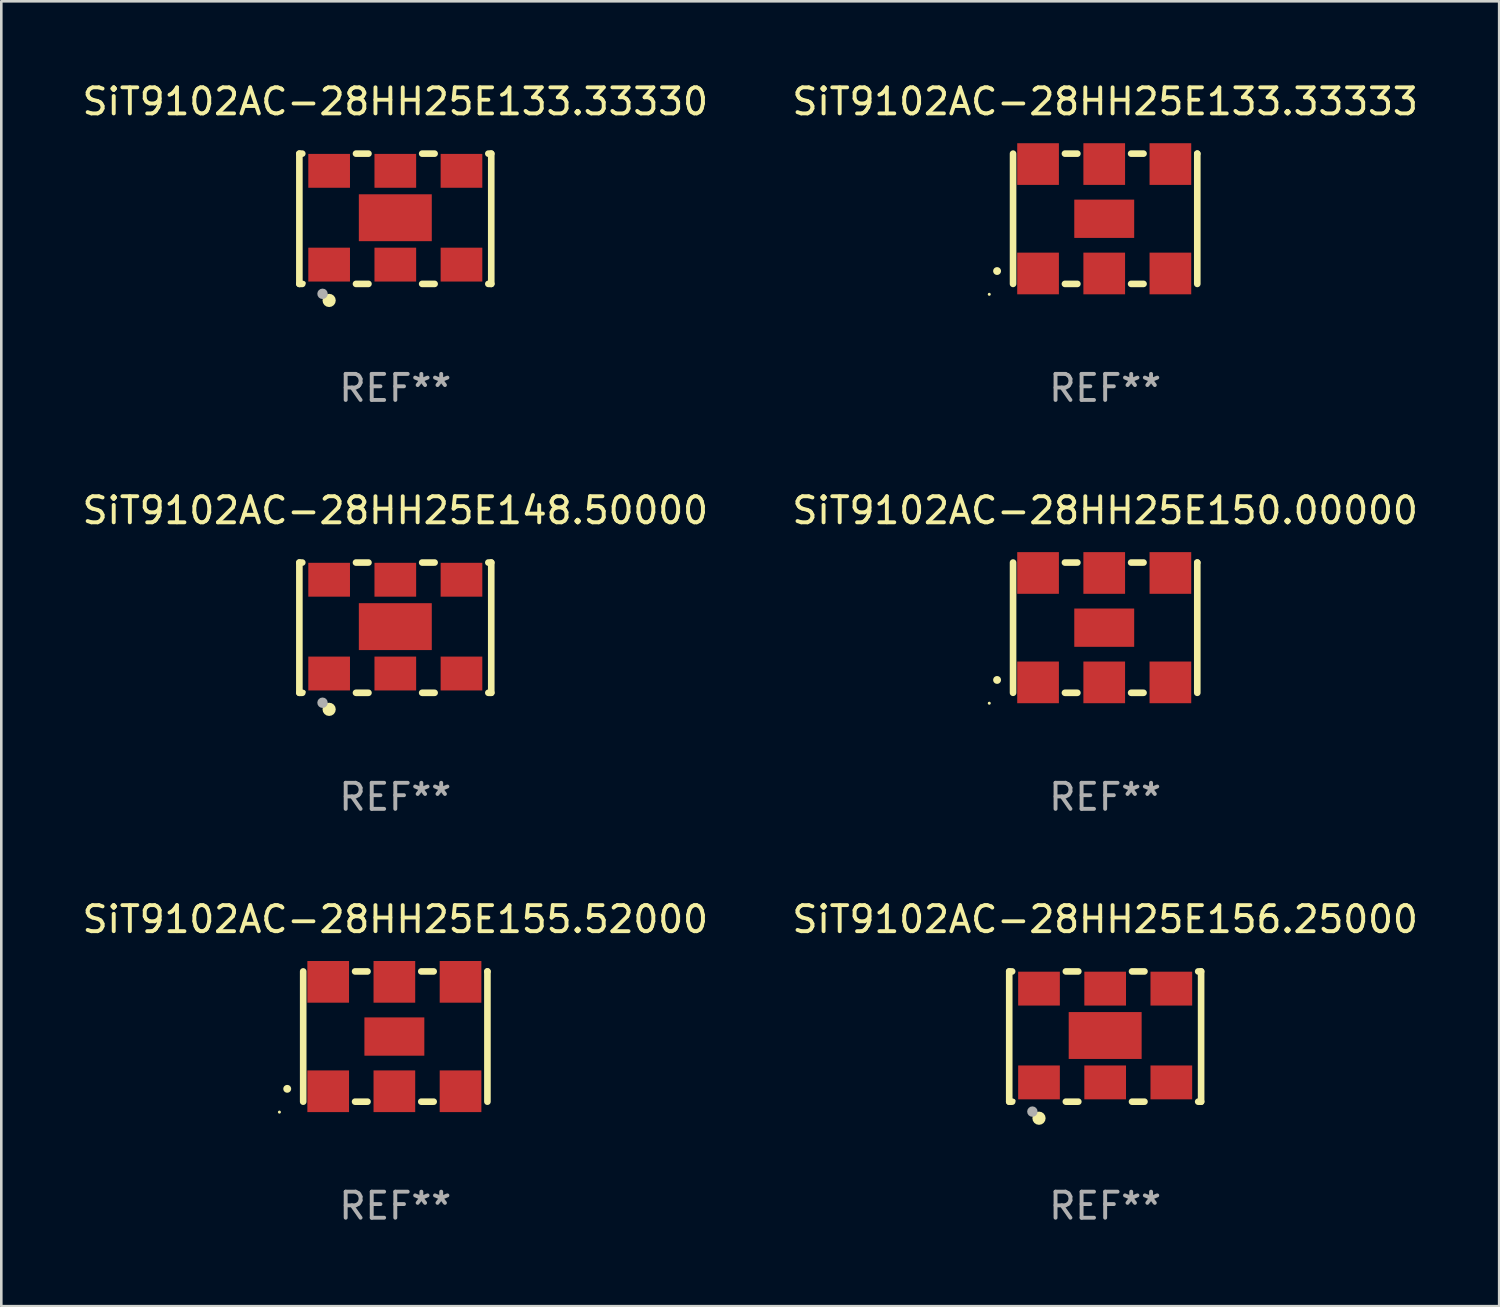
<source format=kicad_pcb>
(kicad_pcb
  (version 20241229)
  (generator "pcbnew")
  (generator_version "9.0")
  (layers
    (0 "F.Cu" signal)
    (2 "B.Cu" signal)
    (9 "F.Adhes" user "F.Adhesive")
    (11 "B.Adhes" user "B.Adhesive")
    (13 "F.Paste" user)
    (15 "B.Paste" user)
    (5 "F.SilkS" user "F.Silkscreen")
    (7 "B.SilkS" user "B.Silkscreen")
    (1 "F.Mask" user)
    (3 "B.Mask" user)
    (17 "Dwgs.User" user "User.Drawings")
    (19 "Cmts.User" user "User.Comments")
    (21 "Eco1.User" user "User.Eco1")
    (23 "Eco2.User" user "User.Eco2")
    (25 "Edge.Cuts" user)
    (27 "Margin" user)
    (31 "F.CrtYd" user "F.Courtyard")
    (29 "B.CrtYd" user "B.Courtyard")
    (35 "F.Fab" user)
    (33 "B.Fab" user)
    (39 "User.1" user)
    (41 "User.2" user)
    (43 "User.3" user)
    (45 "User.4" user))
  (footprint "SiT9102AC-28HH25E156.25000"
    (layer "F.Cu")
    (at 39.375 36.741)
    (property "Reference" "SiT9102AC-28HH25E156.25000" (at 0 -4.5 0) (layer "F.SilkS") (effects (font (size 1 1) (thickness 0.15))))
    (attr through_hole)
    (fp_line (start -3.683 -2.5) (end -3.571 -2.5) (stroke (width 0.254) (type solid)) (layer "F.SilkS"))
    (fp_line (start -3.683 2.5) (end -3.683 -2.5) (stroke (width 0.254) (type solid)) (layer "F.SilkS"))
    (fp_line (start -3.683 2.5) (end -3.571 2.5) (stroke (width 0.254) (type solid)) (layer "F.SilkS"))
    (fp_line (start -1.509 -2.5) (end -1.031 -2.5) (stroke (width 0.254) (type solid)) (layer "F.SilkS"))
    (fp_line (start -1.509 2.5) (end -1.031 2.5) (stroke (width 0.254) (type solid)) (layer "F.SilkS"))
    (fp_line (start 1.031 -2.5) (end 1.509 -2.5) (stroke (width 0.254) (type solid)) (layer "F.SilkS"))
    (fp_line (start 1.031 2.5) (end 1.509 2.5) (stroke (width 0.254) (type solid)) (layer "F.SilkS"))
    (fp_line (start 3.571 -2.5) (end 3.683 -2.5) (stroke (width 0.254) (type solid)) (layer "F.SilkS"))
    (fp_line (start 3.571 2.5) (end 3.683 2.5) (stroke (width 0.254) (type solid)) (layer "F.SilkS"))
    (fp_line (start 3.683 2.5) (end 3.683 -2.5) (stroke (width 0.254) (type solid)) (layer "F.SilkS"))
    (fp_circle (center -3.5 2.46) (end -3.47 2.46) (stroke (width 0.06) (type solid)) (fill no) (layer "F.SilkS"))
    (fp_circle (center -2.54 3.135) (end -2.413 3.135) (stroke (width 0.254) (type solid)) (fill no) (layer "F.SilkS"))
    (fp_circle (center -2.794 2.881) (end -2.694 2.881) (stroke (width 0.2) (type solid)) (fill no) (layer "F.Fab"))
    (fp_text user "REF**" (at 0 6.5 0) (layer "F.Fab") (effects (font (size 1 1) (thickness 0.15))))
    (pad "1" smd rect (at -2.54 1.76) (size 1.6 1.3) (layers "F.Cu" "F.Mask" "F.Paste"))
    (pad "2" smd rect (at 0 1.76) (size 1.6 1.3) (layers "F.Cu" "F.Mask" "F.Paste"))
    (pad "3" smd rect (at 2.54 1.76) (size 1.6 1.3) (layers "F.Cu" "F.Mask" "F.Paste"))
    (pad "4" smd rect (at 2.54 -1.84) (size 1.6 1.3) (layers "F.Cu" "F.Mask" "F.Paste"))
    (pad "5" smd rect (at 0 -1.84) (size 1.6 1.3) (layers "F.Cu" "F.Mask" "F.Paste"))
    (pad "6" smd rect (at -2.54 -1.84) (size 1.6 1.3) (layers "F.Cu" "F.Mask" "F.Paste"))
    (pad "7" smd rect (at 0 -0.04) (size 2.8 1.8) (layers "F.Cu" "F.Mask" "F.Paste")))
  (footprint "SiT9102AC-28HH25E133.33333"
    (layer "F.Cu")
    (at 39.375 5.348)
    (property "Reference" "SiT9102AC-28HH25E133.33333" (at 0 -4.5 0) (layer "F.SilkS") (effects (font (size 1 1) (thickness 0.15))))
    (attr through_hole)
    (fp_line (start -3.536 -2.5) (end -3.536 2.5) (stroke (width 0.254) (type solid)) (layer "F.SilkS"))
    (fp_line (start -1.544 2.5) (end -1.067 2.5) (stroke (width 0.254) (type solid)) (layer "F.SilkS"))
    (fp_line (start -1.067 -2.5) (end -1.544 -2.5) (stroke (width 0.254) (type solid)) (layer "F.SilkS"))
    (fp_line (start 0.996 2.5) (end 1.473 2.5) (stroke (width 0.254) (type solid)) (layer "F.SilkS"))
    (fp_line (start 1.473 -2.5) (end 0.996 -2.5) (stroke (width 0.254) (type solid)) (layer "F.SilkS"))
    (fp_line (start 3.536 -2.5) (end 3.536 -2.5) (stroke (width 0.254) (type solid)) (layer "F.SilkS"))
    (fp_line (start 3.536 2.5) (end 3.536 -2.5) (stroke (width 0.254) (type solid)) (layer "F.SilkS"))
    (fp_arc (start -4.150432 2.006604) (mid -4.149162 2.006599) (end -4.147892 2.006604) (stroke (width 0.3) (type solid)) (layer "F.SilkS"))
    (fp_circle (center -4.449 2.9) (end -4.419 2.9) (stroke (width 0.06) (type solid)) (fill no) (layer "F.SilkS"))
    (fp_text user "REF**" (at 0 6.5 0) (layer "F.Fab") (effects (font (size 1 1) (thickness 0.15))))
    (pad "1" smd rect (at -2.576 2.1) (size 1.6 1.6) (layers "F.Cu" "F.Mask" "F.Paste"))
    (pad "2" smd rect (at -0.036 2.1) (size 1.6 1.6) (layers "F.Cu" "F.Mask" "F.Paste"))
    (pad "3" smd rect (at 2.504 2.1) (size 1.6 1.6) (layers "F.Cu" "F.Mask" "F.Paste"))
    (pad "4" smd rect (at 2.504 -2.1) (size 1.6 1.6) (layers "F.Cu" "F.Mask" "F.Paste"))
    (pad "5" smd rect (at -0.036 -2.1) (size 1.6 1.6) (layers "F.Cu" "F.Mask" "F.Paste"))
    (pad "6" smd rect (at -2.576 -2.1) (size 1.6 1.6) (layers "F.Cu" "F.Mask" "F.Paste"))
    (pad "7" smd rect (at -0.036 0) (size 2.3 1.47) (layers "F.Cu" "F.Mask" "F.Paste")))
  (footprint "SiT9102AC-28HH25E150.00000"
    (layer "F.Cu")
    (at 39.375 21.045)
    (property "Reference" "SiT9102AC-28HH25E150.00000" (at 0 -4.5 0) (layer "F.SilkS") (effects (font (size 1 1) (thickness 0.15))))
    (attr through_hole)
    (fp_line (start -3.536 -2.5) (end -3.536 2.5) (stroke (width 0.254) (type solid)) (layer "F.SilkS"))
    (fp_line (start -1.544 2.5) (end -1.067 2.5) (stroke (width 0.254) (type solid)) (layer "F.SilkS"))
    (fp_line (start -1.067 -2.5) (end -1.544 -2.5) (stroke (width 0.254) (type solid)) (layer "F.SilkS"))
    (fp_line (start 0.996 2.5) (end 1.473 2.5) (stroke (width 0.254) (type solid)) (layer "F.SilkS"))
    (fp_line (start 1.473 -2.5) (end 0.996 -2.5) (stroke (width 0.254) (type solid)) (layer "F.SilkS"))
    (fp_line (start 3.536 -2.5) (end 3.536 -2.5) (stroke (width 0.254) (type solid)) (layer "F.SilkS"))
    (fp_line (start 3.536 2.5) (end 3.536 -2.5) (stroke (width 0.254) (type solid)) (layer "F.SilkS"))
    (fp_arc (start -4.150432 2.006604) (mid -4.149162 2.006599) (end -4.147892 2.006604) (stroke (width 0.3) (type solid)) (layer "F.SilkS"))
    (fp_circle (center -4.449 2.9) (end -4.419 2.9) (stroke (width 0.06) (type solid)) (fill no) (layer "F.SilkS"))
    (fp_text user "REF**" (at 0 6.5 0) (layer "F.Fab") (effects (font (size 1 1) (thickness 0.15))))
    (pad "1" smd rect (at -2.576 2.1) (size 1.6 1.6) (layers "F.Cu" "F.Mask" "F.Paste"))
    (pad "2" smd rect (at -0.036 2.1) (size 1.6 1.6) (layers "F.Cu" "F.Mask" "F.Paste"))
    (pad "3" smd rect (at 2.504 2.1) (size 1.6 1.6) (layers "F.Cu" "F.Mask" "F.Paste"))
    (pad "4" smd rect (at 2.504 -2.1) (size 1.6 1.6) (layers "F.Cu" "F.Mask" "F.Paste"))
    (pad "5" smd rect (at -0.036 -2.1) (size 1.6 1.6) (layers "F.Cu" "F.Mask" "F.Paste"))
    (pad "6" smd rect (at -2.576 -2.1) (size 1.6 1.6) (layers "F.Cu" "F.Mask" "F.Paste"))
    (pad "7" smd rect (at -0.036 0) (size 2.3 1.47) (layers "F.Cu" "F.Mask" "F.Paste")))
  (footprint "SiT9102AC-28HH25E155.52000"
    (layer "F.Cu")
    (at 12.125 36.741)
    (property "Reference" "SiT9102AC-28HH25E155.52000" (at 0 -4.5 0) (layer "F.SilkS") (effects (font (size 1 1) (thickness 0.15))))
    (attr through_hole)
    (fp_line (start -3.536 -2.5) (end -3.536 2.5) (stroke (width 0.254) (type solid)) (layer "F.SilkS"))
    (fp_line (start -1.544 2.5) (end -1.067 2.5) (stroke (width 0.254) (type solid)) (layer "F.SilkS"))
    (fp_line (start -1.067 -2.5) (end -1.544 -2.5) (stroke (width 0.254) (type solid)) (layer "F.SilkS"))
    (fp_line (start 0.996 2.5) (end 1.473 2.5) (stroke (width 0.254) (type solid)) (layer "F.SilkS"))
    (fp_line (start 1.473 -2.5) (end 0.996 -2.5) (stroke (width 0.254) (type solid)) (layer "F.SilkS"))
    (fp_line (start 3.536 -2.5) (end 3.536 -2.5) (stroke (width 0.254) (type solid)) (layer "F.SilkS"))
    (fp_line (start 3.536 2.5) (end 3.536 -2.5) (stroke (width 0.254) (type solid)) (layer "F.SilkS"))
    (fp_arc (start -4.150432 2.006604) (mid -4.149162 2.006599) (end -4.147892 2.006604) (stroke (width 0.3) (type solid)) (layer "F.SilkS"))
    (fp_circle (center -4.449 2.9) (end -4.419 2.9) (stroke (width 0.06) (type solid)) (fill no) (layer "F.SilkS"))
    (fp_text user "REF**" (at 0 6.5 0) (layer "F.Fab") (effects (font (size 1 1) (thickness 0.15))))
    (pad "1" smd rect (at -2.576 2.1) (size 1.6 1.6) (layers "F.Cu" "F.Mask" "F.Paste"))
    (pad "2" smd rect (at -0.036 2.1) (size 1.6 1.6) (layers "F.Cu" "F.Mask" "F.Paste"))
    (pad "3" smd rect (at 2.504 2.1) (size 1.6 1.6) (layers "F.Cu" "F.Mask" "F.Paste"))
    (pad "4" smd rect (at 2.504 -2.1) (size 1.6 1.6) (layers "F.Cu" "F.Mask" "F.Paste"))
    (pad "5" smd rect (at -0.036 -2.1) (size 1.6 1.6) (layers "F.Cu" "F.Mask" "F.Paste"))
    (pad "6" smd rect (at -2.576 -2.1) (size 1.6 1.6) (layers "F.Cu" "F.Mask" "F.Paste"))
    (pad "7" smd rect (at -0.036 0) (size 2.3 1.47) (layers "F.Cu" "F.Mask" "F.Paste")))
  (footprint "SiT9102AC-28HH25E148.50000"
    (layer "F.Cu")
    (at 12.125 21.045)
    (property "Reference" "SiT9102AC-28HH25E148.50000" (at 0 -4.5 0) (layer "F.SilkS") (effects (font (size 1 1) (thickness 0.15))))
    (attr through_hole)
    (fp_line (start -3.683 -2.5) (end -3.571 -2.5) (stroke (width 0.254) (type solid)) (layer "F.SilkS"))
    (fp_line (start -3.683 2.5) (end -3.683 -2.5) (stroke (width 0.254) (type solid)) (layer "F.SilkS"))
    (fp_line (start -3.683 2.5) (end -3.571 2.5) (stroke (width 0.254) (type solid)) (layer "F.SilkS"))
    (fp_line (start -1.509 -2.5) (end -1.031 -2.5) (stroke (width 0.254) (type solid)) (layer "F.SilkS"))
    (fp_line (start -1.509 2.5) (end -1.031 2.5) (stroke (width 0.254) (type solid)) (layer "F.SilkS"))
    (fp_line (start 1.031 -2.5) (end 1.509 -2.5) (stroke (width 0.254) (type solid)) (layer "F.SilkS"))
    (fp_line (start 1.031 2.5) (end 1.509 2.5) (stroke (width 0.254) (type solid)) (layer "F.SilkS"))
    (fp_line (start 3.571 -2.5) (end 3.683 -2.5) (stroke (width 0.254) (type solid)) (layer "F.SilkS"))
    (fp_line (start 3.571 2.5) (end 3.683 2.5) (stroke (width 0.254) (type solid)) (layer "F.SilkS"))
    (fp_line (start 3.683 2.5) (end 3.683 -2.5) (stroke (width 0.254) (type solid)) (layer "F.SilkS"))
    (fp_circle (center -3.5 2.46) (end -3.47 2.46) (stroke (width 0.06) (type solid)) (fill no) (layer "F.SilkS"))
    (fp_circle (center -2.54 3.135) (end -2.413 3.135) (stroke (width 0.254) (type solid)) (fill no) (layer "F.SilkS"))
    (fp_circle (center -2.794 2.881) (end -2.694 2.881) (stroke (width 0.2) (type solid)) (fill no) (layer "F.Fab"))
    (fp_text user "REF**" (at 0 6.5 0) (layer "F.Fab") (effects (font (size 1 1) (thickness 0.15))))
    (pad "1" smd rect (at -2.54 1.76) (size 1.6 1.3) (layers "F.Cu" "F.Mask" "F.Paste"))
    (pad "2" smd rect (at 0 1.76) (size 1.6 1.3) (layers "F.Cu" "F.Mask" "F.Paste"))
    (pad "3" smd rect (at 2.54 1.76) (size 1.6 1.3) (layers "F.Cu" "F.Mask" "F.Paste"))
    (pad "4" smd rect (at 2.54 -1.84) (size 1.6 1.3) (layers "F.Cu" "F.Mask" "F.Paste"))
    (pad "5" smd rect (at 0 -1.84) (size 1.6 1.3) (layers "F.Cu" "F.Mask" "F.Paste"))
    (pad "6" smd rect (at -2.54 -1.84) (size 1.6 1.3) (layers "F.Cu" "F.Mask" "F.Paste"))
    (pad "7" smd rect (at 0 -0.04) (size 2.8 1.8) (layers "F.Cu" "F.Mask" "F.Paste")))
  (footprint "SiT9102AC-28HH25E133.33330"
    (layer "F.Cu")
    (at 12.125 5.348)
    (property "Reference" "SiT9102AC-28HH25E133.33330" (at 0 -4.5 0) (layer "F.SilkS") (effects (font (size 1 1) (thickness 0.15))))
    (attr through_hole)
    (fp_line (start -3.683 -2.5) (end -3.571 -2.5) (stroke (width 0.254) (type solid)) (layer "F.SilkS"))
    (fp_line (start -3.683 2.5) (end -3.683 -2.5) (stroke (width 0.254) (type solid)) (layer "F.SilkS"))
    (fp_line (start -3.683 2.5) (end -3.571 2.5) (stroke (width 0.254) (type solid)) (layer "F.SilkS"))
    (fp_line (start -1.509 -2.5) (end -1.031 -2.5) (stroke (width 0.254) (type solid)) (layer "F.SilkS"))
    (fp_line (start -1.509 2.5) (end -1.031 2.5) (stroke (width 0.254) (type solid)) (layer "F.SilkS"))
    (fp_line (start 1.031 -2.5) (end 1.509 -2.5) (stroke (width 0.254) (type solid)) (layer "F.SilkS"))
    (fp_line (start 1.031 2.5) (end 1.509 2.5) (stroke (width 0.254) (type solid)) (layer "F.SilkS"))
    (fp_line (start 3.571 -2.5) (end 3.683 -2.5) (stroke (width 0.254) (type solid)) (layer "F.SilkS"))
    (fp_line (start 3.571 2.5) (end 3.683 2.5) (stroke (width 0.254) (type solid)) (layer "F.SilkS"))
    (fp_line (start 3.683 2.5) (end 3.683 -2.5) (stroke (width 0.254) (type solid)) (layer "F.SilkS"))
    (fp_circle (center -3.5 2.46) (end -3.47 2.46) (stroke (width 0.06) (type solid)) (fill no) (layer "F.SilkS"))
    (fp_circle (center -2.54 3.135) (end -2.413 3.135) (stroke (width 0.254) (type solid)) (fill no) (layer "F.SilkS"))
    (fp_circle (center -2.794 2.881) (end -2.694 2.881) (stroke (width 0.2) (type solid)) (fill no) (layer "F.Fab"))
    (fp_text user "REF**" (at 0 6.5 0) (layer "F.Fab") (effects (font (size 1 1) (thickness 0.15))))
    (pad "1" smd rect (at -2.54 1.76) (size 1.6 1.3) (layers "F.Cu" "F.Mask" "F.Paste"))
    (pad "2" smd rect (at 0 1.76) (size 1.6 1.3) (layers "F.Cu" "F.Mask" "F.Paste"))
    (pad "3" smd rect (at 2.54 1.76) (size 1.6 1.3) (layers "F.Cu" "F.Mask" "F.Paste"))
    (pad "4" smd rect (at 2.54 -1.84) (size 1.6 1.3) (layers "F.Cu" "F.Mask" "F.Paste"))
    (pad "5" smd rect (at 0 -1.84) (size 1.6 1.3) (layers "F.Cu" "F.Mask" "F.Paste"))
    (pad "6" smd rect (at -2.54 -1.84) (size 1.6 1.3) (layers "F.Cu" "F.Mask" "F.Paste"))
    (pad "7" smd rect (at 0 -0.04) (size 2.8 1.8) (layers "F.Cu" "F.Mask" "F.Paste")))
  (gr_rect
    (start -3 -3)
    (end 54.5 47.09)
    (stroke (width 0.1) (type default))
    (fill no)
    (layer "Edge.Cuts")))
</source>
